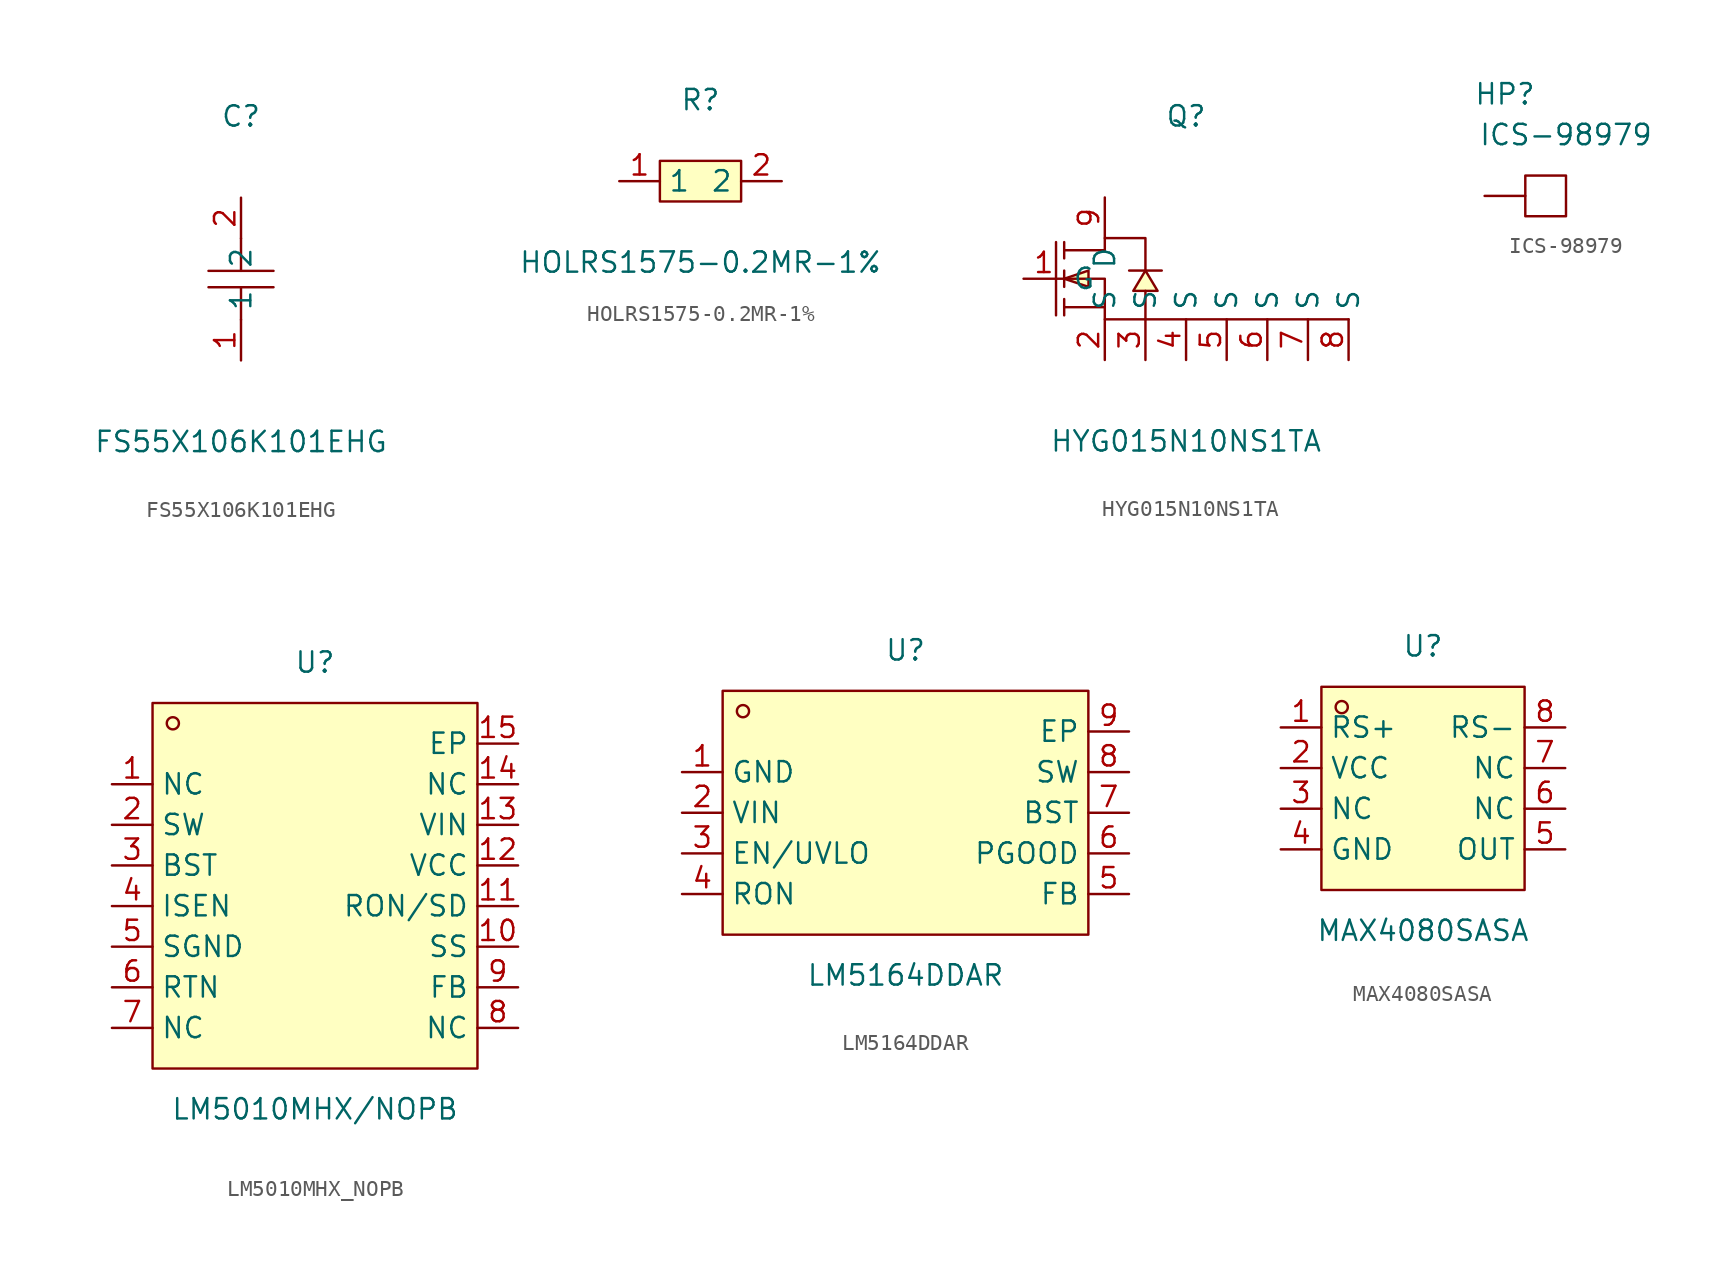
<source format=kicad_sym>
(kicad_symbol_lib
  (version 20211014)
  (generator https://github.com/uPesy/easyeda2kicad.py)
  (symbol "FS55X106K101EHG"
    (property "Reference" "C"
      (at 0 10.16 0)
      (effects (font (size 1.27 1.27))))
    (property "Value" "FS55X106K101EHG"
      (at 0 -10.16 0)
      (effects (font (size 1.27 1.27))))
    (symbol "FS55X106K101EHG_0_1"
      (polyline (pts (xy -2.03 0.51) (xy 2.03 0.51)) (stroke (width 0) (type default) (color 0 0 0 0)) (fill (type none)))
      (polyline (pts (xy 0 -0.51) (xy 0 -2.54)) (stroke (width 0) (type default) (color 0 0 0 0)) (fill (type none)))
      (polyline (pts (xy 0 2.54) (xy 0 0.51)) (stroke (width 0) (type default) (color 0 0 0 0)) (fill (type none)))
      (polyline (pts (xy 2.03 -0.51) (xy -2.03 -0.51)) (stroke (width 0) (type default) (color 0 0 0 0)) (fill (type none)))
      (pin unspecified line (at 0 -5.08 90) (length 2.54) (name "1" (effects (font (size 1.27 1.27)))) (number "1" (effects (font (size 1.27 1.27)))))
      (pin unspecified line (at 0 5.08 270) (length 2.54) (name "2" (effects (font (size 1.27 1.27)))) (number "2" (effects (font (size 1.27 1.27)))))))
  (symbol "HOLRS1575-0.2MR-1%"
    (property "Reference" "R"
      (at 0 5.08 0)
      (effects (font (size 1.27 1.27))))
    (property "Value" "HOLRS1575-0.2MR-1%"
      (at 0 -5.08 0)
      (effects (font (size 1.27 1.27))))
    (symbol "HOLRS1575-0.2MR-1%_0_1"
      (rectangle (start -2.54 1.27) (end 2.54 -1.27) (stroke (width 0) (type default) (color 0 0 0 0)) (fill (type background)))
      (pin unspecified line (at -5.08 0 0) (length 2.54) (name "1" (effects (font (size 1.27 1.27)))) (number "1" (effects (font (size 1.27 1.27)))))
      (pin unspecified line (at 5.08 0 180) (length 2.54) (name "2" (effects (font (size 1.27 1.27)))) (number "2" (effects (font (size 1.27 1.27)))))))
  (symbol "HYG015N10NS1TA"
    (property "Reference" "Q"
      (at 0 10.16 0)
      (effects (font (size 1.27 1.27))))
    (property "Value" "HYG015N10NS1TA"
      (at 0 -10.16 0)
      (effects (font (size 1.27 1.27))))
    (symbol "HYG015N10NS1TA_0_1"
      (polyline (pts (xy -8.13 2.29) (xy -8.13 -2.29)) (stroke (width 0) (type default) (color 0 0 0 0)) (fill (type none)))
      (polyline (pts (xy -7.62 -2.29) (xy -7.62 -1.27)) (stroke (width 0) (type default) (color 0 0 0 0)) (fill (type none)))
      (polyline (pts (xy -7.62 -0.51) (xy -7.62 0.51)) (stroke (width 0) (type default) (color 0 0 0 0)) (fill (type none)))
      (polyline (pts (xy -7.62 2.29) (xy -7.62 1.27)) (stroke (width 0) (type default) (color 0 0 0 0)) (fill (type none)))
      (polyline (pts (xy -5.08 -1.78) (xy -7.62 -1.78)) (stroke (width 0) (type default) (color 0 0 0 0)) (fill (type none)))
      (polyline (pts (xy -2.54 -2.54) (xy 10.16 -2.54)) (stroke (width 0) (type default) (color 0 0 0 0)) (fill (type none)))
      (polyline (pts (xy -7.62 0) (xy -6.1 -0.51) (xy -6.1 0.51) (xy -7.62 0)) (stroke (width 0) (type default) (color 0 0 0 0)) (fill (type background)))
      (polyline (pts (xy -2.54 0.51) (xy -3.3 -0.76) (xy -1.78 -0.76) (xy -2.54 0.51)) (stroke (width 0) (type default) (color 0 0 0 0)) (fill (type background)))
      (polyline (pts (xy -1.52 0.51) (xy -2.03 0.51) (xy -3.05 0.51) (xy -3.56 0.51)) (stroke (width 0) (type default) (color 0 0 0 0)) (fill (type none)))
      (polyline (pts (xy -7.62 0) (xy -5.08 0) (xy -5.08 -2.54) (xy -2.54 -2.54) (xy -2.54 -0.76)) (stroke (width 0) (type default) (color 0 0 0 0)) (fill (type none)))
      (polyline (pts (xy -7.62 1.78) (xy -5.08 1.78) (xy -5.08 2.54) (xy -2.54 2.54) (xy -2.54 0.51)) (stroke (width 0) (type default) (color 0 0 0 0)) (fill (type none)))
      (pin unspecified line (at -10.16 0 0) (length 2.54) (name "G" (effects (font (size 1.27 1.27)))) (number "1" (effects (font (size 1.27 1.27)))))
      (pin unspecified line (at -5.08 -5.08 90) (length 2.54) (name "S" (effects (font (size 1.27 1.27)))) (number "2" (effects (font (size 1.27 1.27)))))
      (pin unspecified line (at -2.54 -5.08 90) (length 2.54) (name "S" (effects (font (size 1.27 1.27)))) (number "3" (effects (font (size 1.27 1.27)))))
      (pin unspecified line (at 0 -5.08 90) (length 2.54) (name "S" (effects (font (size 1.27 1.27)))) (number "4" (effects (font (size 1.27 1.27)))))
      (pin unspecified line (at 2.54 -5.08 90) (length 2.54) (name "S" (effects (font (size 1.27 1.27)))) (number "5" (effects (font (size 1.27 1.27)))))
      (pin unspecified line (at 5.08 -5.08 90) (length 2.54) (name "S" (effects (font (size 1.27 1.27)))) (number "6" (effects (font (size 1.27 1.27)))))
      (pin unspecified line (at 7.62 -5.08 90) (length 2.54) (name "S" (effects (font (size 1.27 1.27)))) (number "7" (effects (font (size 1.27 1.27)))))
      (pin unspecified line (at 10.16 -5.08 90) (length 2.54) (name "S" (effects (font (size 1.27 1.27)))) (number "8" (effects (font (size 1.27 1.27)))))
      (pin unspecified line (at -5.08 5.08 270) (length 2.54) (name "D" (effects (font (size 1.27 1.27)))) (number "9" (effects (font (size 1.27 1.27)))))))
  (symbol "ICS-98979"
    (property "Reference" "HP"
      (at -2.54 0 0)
      (effects (font (size 1.27 1.27))))
    (property "Value" "ICS-98979"
      (at 1.27 -2.54 0)
      (effects (font (size 1.27 1.27))))
    (symbol "ICS-98979_0_1"
      (rectangle (start -1.27 -5.08) (end 1.27 -7.62) (stroke (width 0) (type default) (color 0 0 0 0)) (fill (type none))))
    (symbol "ICS-98979_1_1"
      (pin bidirectional line (at -3.81 -6.35 0) (length 2.54) (name "" (effects (font (size 1.27 1.27)))) (number "" (effects (font (size 1.27 1.27)))))))
  (symbol "LM5010MHX_NOPB"
    (property "Reference" "U"
      (at 0 15.24 0)
      (effects (font (size 1.27 1.27))))
    (property "Value" "LM5010MHX/NOPB"
      (at 0 -12.7 0)
      (effects (font (size 1.27 1.27))))
    (symbol "LM5010MHX_NOPB_0_1"
      (rectangle (start -10.16 12.7) (end 10.16 -10.16) (stroke (width 0) (type default) (color 0 0 0 0)) (fill (type background)))
      (circle (center -8.89 11.43) (radius 0.38) (stroke (width 0) (type default) (color 0 0 0 0)) (fill (type none)))
      (pin unspecified line (at -12.7 7.62 0) (length 2.54) (name "NC" (effects (font (size 1.27 1.27)))) (number "1" (effects (font (size 1.27 1.27)))))
      (pin unspecified line (at 12.7 -2.54 180) (length 2.54) (name "SS" (effects (font (size 1.27 1.27)))) (number "10" (effects (font (size 1.27 1.27)))))
      (pin unspecified line (at 12.7 0 180) (length 2.54) (name "RON/SD" (effects (font (size 1.27 1.27)))) (number "11" (effects (font (size 1.27 1.27)))))
      (pin unspecified line (at 12.7 2.54 180) (length 2.54) (name "VCC" (effects (font (size 1.27 1.27)))) (number "12" (effects (font (size 1.27 1.27)))))
      (pin unspecified line (at 12.7 5.08 180) (length 2.54) (name "VIN" (effects (font (size 1.27 1.27)))) (number "13" (effects (font (size 1.27 1.27)))))
      (pin unspecified line (at 12.7 7.62 180) (length 2.54) (name "NC" (effects (font (size 1.27 1.27)))) (number "14" (effects (font (size 1.27 1.27)))))
      (pin unspecified line (at 12.7 10.16 180) (length 2.54) (name "EP" (effects (font (size 1.27 1.27)))) (number "15" (effects (font (size 1.27 1.27)))))
      (pin unspecified line (at -12.7 5.08 0) (length 2.54) (name "SW" (effects (font (size 1.27 1.27)))) (number "2" (effects (font (size 1.27 1.27)))))
      (pin unspecified line (at -12.7 2.54 0) (length 2.54) (name "BST" (effects (font (size 1.27 1.27)))) (number "3" (effects (font (size 1.27 1.27)))))
      (pin unspecified line (at -12.7 0 0) (length 2.54) (name "ISEN" (effects (font (size 1.27 1.27)))) (number "4" (effects (font (size 1.27 1.27)))))
      (pin unspecified line (at -12.7 -2.54 0) (length 2.54) (name "SGND" (effects (font (size 1.27 1.27)))) (number "5" (effects (font (size 1.27 1.27)))))
      (pin unspecified line (at -12.7 -5.08 0) (length 2.54) (name "RTN" (effects (font (size 1.27 1.27)))) (number "6" (effects (font (size 1.27 1.27)))))
      (pin unspecified line (at -12.7 -7.62 0) (length 2.54) (name "NC" (effects (font (size 1.27 1.27)))) (number "7" (effects (font (size 1.27 1.27)))))
      (pin unspecified line (at 12.7 -7.62 180) (length 2.54) (name "NC" (effects (font (size 1.27 1.27)))) (number "8" (effects (font (size 1.27 1.27)))))
      (pin unspecified line (at 12.7 -5.08 180) (length 2.54) (name "FB" (effects (font (size 1.27 1.27)))) (number "9" (effects (font (size 1.27 1.27)))))))
  (symbol "LM5164DDAR"
    (property "Reference" "U"
      (at 0 10.16 0)
      (effects (font (size 1.27 1.27))))
    (property "Value" "LM5164DDAR"
      (at 0 -10.16 0)
      (effects (font (size 1.27 1.27))))
    (symbol "LM5164DDAR_0_1"
      (rectangle (start -11.43 7.62) (end 11.43 -7.62) (stroke (width 0) (type default) (color 0 0 0 0)) (fill (type background)))
      (circle (center -10.16 6.35) (radius 0.38) (stroke (width 0) (type default) (color 0 0 0 0)) (fill (type none)))
      (pin unspecified line (at -13.97 2.54 0) (length 2.54) (name "GND" (effects (font (size 1.27 1.27)))) (number "1" (effects (font (size 1.27 1.27)))))
      (pin unspecified line (at -13.97 0 0) (length 2.54) (name "VIN" (effects (font (size 1.27 1.27)))) (number "2" (effects (font (size 1.27 1.27)))))
      (pin unspecified line (at -13.97 -2.54 0) (length 2.54) (name "EN/UVLO" (effects (font (size 1.27 1.27)))) (number "3" (effects (font (size 1.27 1.27)))))
      (pin unspecified line (at -13.97 -5.08 0) (length 2.54) (name "RON" (effects (font (size 1.27 1.27)))) (number "4" (effects (font (size 1.27 1.27)))))
      (pin unspecified line (at 13.97 -5.08 180) (length 2.54) (name "FB" (effects (font (size 1.27 1.27)))) (number "5" (effects (font (size 1.27 1.27)))))
      (pin unspecified line (at 13.97 -2.54 180) (length 2.54) (name "PGOOD" (effects (font (size 1.27 1.27)))) (number "6" (effects (font (size 1.27 1.27)))))
      (pin unspecified line (at 13.97 0 180) (length 2.54) (name "BST" (effects (font (size 1.27 1.27)))) (number "7" (effects (font (size 1.27 1.27)))))
      (pin unspecified line (at 13.97 2.54 180) (length 2.54) (name "SW" (effects (font (size 1.27 1.27)))) (number "8" (effects (font (size 1.27 1.27)))))
      (pin unspecified line (at 13.97 5.08 180) (length 2.54) (name "EP" (effects (font (size 1.27 1.27)))) (number "9" (effects (font (size 1.27 1.27)))))))
  (symbol "MAX4080SASA"
    (property "Reference" "U"
      (at 0 8.89 0)
      (effects (font (size 1.27 1.27))))
    (property "Value" "MAX4080SASA"
      (at 0 -8.89 0)
      (effects (font (size 1.27 1.27))))
    (symbol "MAX4080SASA_0_1"
      (rectangle (start -6.35 6.35) (end 6.35 -6.35) (stroke (width 0) (type default) (color 0 0 0 0)) (fill (type background)))
      (circle (center -5.08 5.08) (radius 0.38) (stroke (width 0) (type default) (color 0 0 0 0)) (fill (type none)))
      (pin unspecified line (at -8.89 3.81 0) (length 2.54) (name "RS+" (effects (font (size 1.27 1.27)))) (number "1" (effects (font (size 1.27 1.27)))))
      (pin unspecified line (at -8.89 1.27 0) (length 2.54) (name "VCC" (effects (font (size 1.27 1.27)))) (number "2" (effects (font (size 1.27 1.27)))))
      (pin unspecified line (at -8.89 -1.27 0) (length 2.54) (name "NC" (effects (font (size 1.27 1.27)))) (number "3" (effects (font (size 1.27 1.27)))))
      (pin unspecified line (at -8.89 -3.81 0) (length 2.54) (name "GND" (effects (font (size 1.27 1.27)))) (number "4" (effects (font (size 1.27 1.27)))))
      (pin unspecified line (at 8.89 -3.81 180) (length 2.54) (name "OUT" (effects (font (size 1.27 1.27)))) (number "5" (effects (font (size 1.27 1.27)))))
      (pin unspecified line (at 8.89 -1.27 180) (length 2.54) (name "NC" (effects (font (size 1.27 1.27)))) (number "6" (effects (font (size 1.27 1.27)))))
      (pin unspecified line (at 8.89 1.27 180) (length 2.54) (name "NC" (effects (font (size 1.27 1.27)))) (number "7" (effects (font (size 1.27 1.27)))))
      (pin unspecified line (at 8.89 3.81 180) (length 2.54) (name "RS-" (effects (font (size 1.27 1.27)))) (number "8" (effects (font (size 1.27 1.27))))))))
</source>
